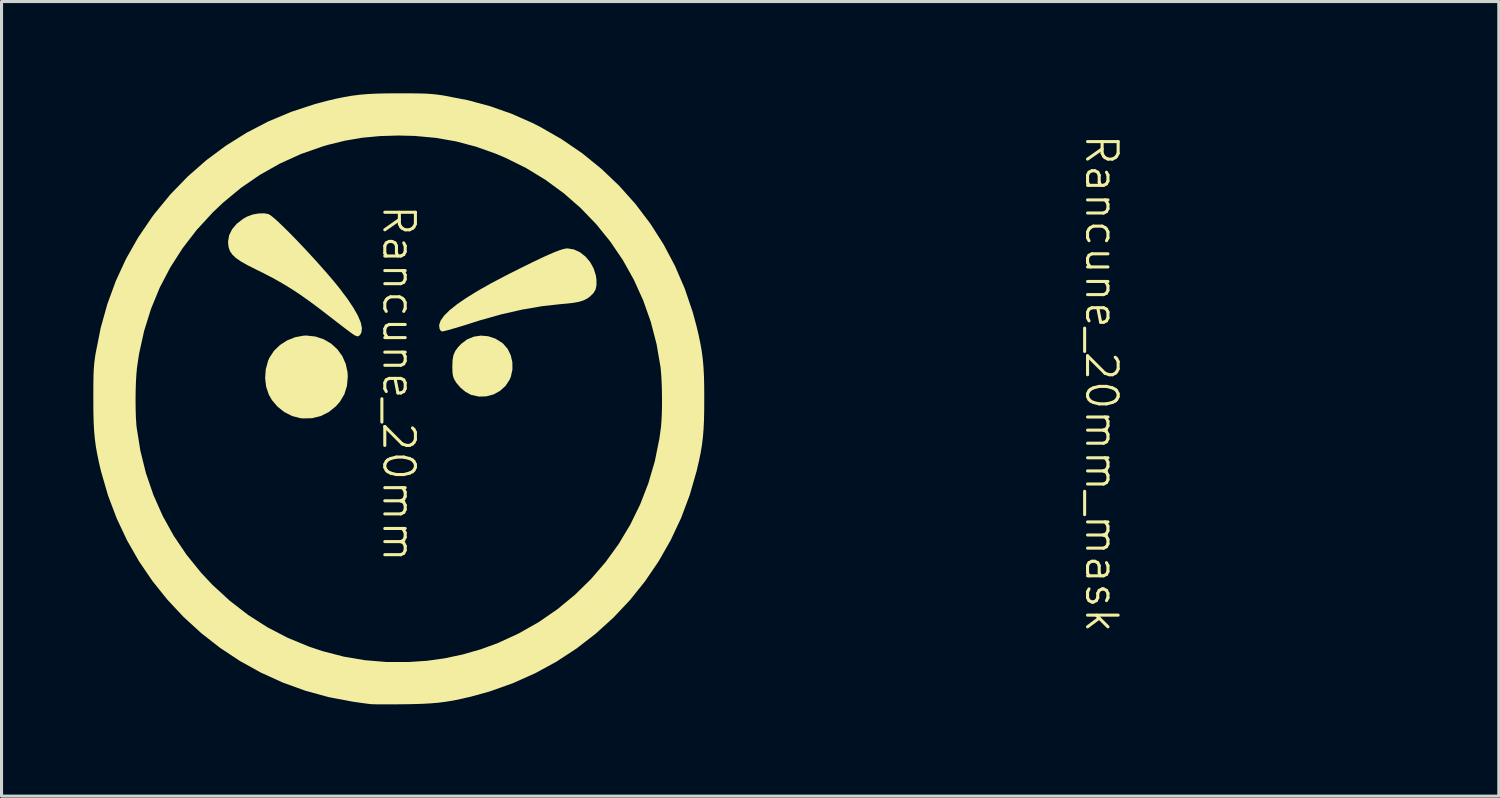
<source format=kicad_pcb>
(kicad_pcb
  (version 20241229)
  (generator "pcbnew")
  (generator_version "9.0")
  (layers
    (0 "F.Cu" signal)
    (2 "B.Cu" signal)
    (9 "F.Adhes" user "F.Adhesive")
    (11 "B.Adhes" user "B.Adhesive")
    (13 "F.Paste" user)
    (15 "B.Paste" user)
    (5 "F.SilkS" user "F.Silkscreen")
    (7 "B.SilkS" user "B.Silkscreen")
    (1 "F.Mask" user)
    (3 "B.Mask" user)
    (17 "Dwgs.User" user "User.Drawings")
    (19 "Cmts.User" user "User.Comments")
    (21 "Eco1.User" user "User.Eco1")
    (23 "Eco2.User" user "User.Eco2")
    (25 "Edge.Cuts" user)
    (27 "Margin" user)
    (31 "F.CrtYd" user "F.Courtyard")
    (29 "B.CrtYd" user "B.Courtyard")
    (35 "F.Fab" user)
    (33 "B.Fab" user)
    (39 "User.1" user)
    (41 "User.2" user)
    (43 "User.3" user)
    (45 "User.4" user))
  (footprint "Rancune_20mm"
    (layer "F.Cu")
    (at 9.983 9.983)
    (property "Reference" "Rancune_20mm" (at 0 -0.5 270) (unlocked yes) (layer "F.SilkS") (effects (font (size 1 1) (thickness 0.1))))
    (attr smd exclude_from_pos_files exclude_from_bom dnp)
    (fp_poly (pts (xy -2.725 -2.035) (xy -2.455 -1.946) (xy -2.215 -1.806) (xy -2.01 -1.62) (xy -1.847 -1.396) (xy -1.733 -1.14) (xy -1.674 -0.858) (xy -1.667 -0.719) (xy -1.695 -0.418) (xy -1.778 -0.151) (xy -1.919 0.089) (xy -2.055 0.245) (xy -2.29 0.434) (xy -2.553 0.565) (xy -2.839 0.635) (xy -3.139 0.641) (xy -3.224 0.632) (xy -3.489 0.562) (xy -3.739 0.435) (xy -3.961 0.259) (xy -4.145 0.044) (xy -4.247 -0.133) (xy -4.335 -0.393) (xy -4.368 -0.674) (xy -4.348 -0.96) (xy -4.274 -1.234) (xy -4.225 -1.346) (xy -4.079 -1.568) (xy -3.883 -1.758) (xy -3.649 -1.908) (xy -3.388 -2.012) (xy -3.114 -2.063) (xy -3.017 -2.067)) (stroke (width 0) (type solid)) (fill yes) (layer "F.SilkS"))
    (fp_poly (pts (xy 2.922 -2.044) (xy 3.155 -1.967) (xy 3.371 -1.834) (xy 3.414 -1.798) (xy 3.559 -1.628) (xy 3.659 -1.422) (xy 3.712 -1.193) (xy 3.714 -0.956) (xy 3.664 -0.726) (xy 3.623 -0.626) (xy 3.487 -0.42) (xy 3.308 -0.258) (xy 3.097 -0.143) (xy 2.864 -0.08) (xy 2.621 -0.072) (xy 2.378 -0.124) (xy 2.348 -0.135) (xy 2.184 -0.225) (xy 2.021 -0.359) (xy 1.883 -0.519) (xy 1.822 -0.617) (xy 1.786 -0.696) (xy 1.764 -0.784) (xy 1.753 -0.899) (xy 1.75 -1.061) (xy 1.75 -1.067) (xy 1.758 -1.27) (xy 1.787 -1.429) (xy 1.845 -1.562) (xy 1.94 -1.69) (xy 2.037 -1.792) (xy 2.23 -1.939) (xy 2.45 -2.03) (xy 2.684 -2.065)) (stroke (width 0) (type solid)) (fill yes) (layer "F.SilkS"))
    (fp_poly (pts (xy 5.723 -4.881) (xy 5.92 -4.79) (xy 6.099 -4.65) (xy 6.251 -4.472) (xy 6.367 -4.264) (xy 6.44 -4.035) (xy 6.46 -3.891) (xy 6.461 -3.71) (xy 6.431 -3.571) (xy 6.363 -3.456) (xy 6.255 -3.348) (xy 6.152 -3.272) (xy 6.033 -3.214) (xy 5.886 -3.169) (xy 5.702 -3.135) (xy 5.467 -3.109) (xy 5.333 -3.098) (xy 4.705 -3.03) (xy 4.042 -2.917) (xy 3.355 -2.761) (xy 2.657 -2.565) (xy 2.457 -2.502) (xy 2.217 -2.425) (xy 1.992 -2.356) (xy 1.79 -2.296) (xy 1.622 -2.248) (xy 1.496 -2.216) (xy 1.422 -2.201) (xy 1.412 -2.2) (xy 1.367 -2.228) (xy 1.332 -2.288) (xy 1.318 -2.414) (xy 1.368 -2.557) (xy 1.481 -2.716) (xy 1.658 -2.892) (xy 1.898 -3.085) (xy 2.202 -3.294) (xy 2.57 -3.522) (xy 3.001 -3.766) (xy 3.497 -4.027) (xy 3.651 -4.106) (xy 4.037 -4.299) (xy 4.369 -4.462) (xy 4.651 -4.597) (xy 4.887 -4.705) (xy 5.082 -4.789) (xy 5.24 -4.85) (xy 5.364 -4.89) (xy 5.46 -4.911) (xy 5.517 -4.915)) (stroke (width 0) (type solid)) (fill yes) (layer "F.SilkS"))
    (fp_poly (pts (xy -4.258 -6.036) (xy -4.19 -5.996) (xy -4.085 -5.912) (xy -3.946 -5.788) (xy -3.781 -5.63) (xy -3.593 -5.445) (xy -3.389 -5.237) (xy -3.174 -5.013) (xy -2.954 -4.778) (xy -2.733 -4.537) (xy -2.518 -4.297) (xy -2.313 -4.063) (xy -2.124 -3.841) (xy -1.957 -3.636) (xy -1.929 -3.6) (xy -1.677 -3.266) (xy -1.479 -2.969) (xy -1.334 -2.712) (xy -1.242 -2.492) (xy -1.205 -2.312) (xy -1.221 -2.17) (xy -1.246 -2.118) (xy -1.297 -2.057) (xy -1.35 -2.039) (xy -1.424 -2.065) (xy -1.514 -2.121) (xy -1.578 -2.168) (xy -1.685 -2.248) (xy -1.825 -2.354) (xy -1.989 -2.48) (xy -2.167 -2.618) (xy -2.247 -2.68) (xy -2.614 -2.962) (xy -2.943 -3.206) (xy -3.246 -3.419) (xy -3.535 -3.608) (xy -3.822 -3.782) (xy -4.116 -3.947) (xy -4.431 -4.11) (xy -4.678 -4.232) (xy -4.948 -4.368) (xy -5.161 -4.489) (xy -5.323 -4.601) (xy -5.439 -4.711) (xy -5.517 -4.825) (xy -5.561 -4.948) (xy -5.578 -5.086) (xy -5.579 -5.138) (xy -5.545 -5.343) (xy -5.449 -5.539) (xy -5.297 -5.72) (xy -5.092 -5.878) (xy -4.96 -5.953) (xy -4.785 -6.019) (xy -4.592 -6.056) (xy -4.404 -6.062)) (stroke (width 0) (type solid)) (fill yes) (layer "F.SilkS"))
    (fp_poly (pts (xy 0.302 -9.983) (xy 0.549 -9.981) (xy 0.751 -9.977) (xy 0.92 -9.971) (xy 1.066 -9.961) (xy 1.2 -9.948) (xy 1.334 -9.931) (xy 1.479 -9.909) (xy 1.487 -9.907) (xy 2.257 -9.758) (xy 2.987 -9.561) (xy 3.686 -9.315) (xy 4.364 -9.016) (xy 4.617 -8.888) (xy 5.328 -8.48) (xy 5.998 -8.021) (xy 6.624 -7.513) (xy 7.204 -6.96) (xy 7.736 -6.364) (xy 8.219 -5.727) (xy 8.649 -5.053) (xy 9.025 -4.344) (xy 9.345 -3.602) (xy 9.607 -2.83) (xy 9.734 -2.359) (xy 9.804 -2.062) (xy 9.859 -1.795) (xy 9.903 -1.543) (xy 9.935 -1.294) (xy 9.958 -1.033) (xy 9.973 -0.747) (xy 9.981 -0.424) (xy 9.983 -0.049) (xy 9.983 0) (xy 9.981 0.382) (xy 9.974 0.711) (xy 9.96 1.001) (xy 9.938 1.264) (xy 9.907 1.514) (xy 9.865 1.765) (xy 9.811 2.029) (xy 9.743 2.321) (xy 9.734 2.359) (xy 9.509 3.142) (xy 9.226 3.897) (xy 8.886 4.62) (xy 8.493 5.309) (xy 8.049 5.962) (xy 7.557 6.576) (xy 7.018 7.148) (xy 6.436 7.676) (xy 5.814 8.157) (xy 5.153 8.59) (xy 4.456 8.97) (xy 3.726 9.296) (xy 2.966 9.566) (xy 2.353 9.735) (xy 2.055 9.804) (xy 1.786 9.86) (xy 1.531 9.902) (xy 1.277 9.934) (xy 1.008 9.956) (xy 0.709 9.971) (xy 0.367 9.98) (xy 0.15 9.983) (xy -0.1 9.985) (xy -0.335 9.986) (xy -0.544 9.986) (xy -0.717 9.985) (xy -0.844 9.982) (xy -0.915 9.979) (xy -0.917 9.979) (xy -1 9.969) (xy -1.131 9.952) (xy -1.295 9.929) (xy -1.474 9.903) (xy -1.504 9.899) (xy -2.292 9.75) (xy -3.059 9.539) (xy -3.799 9.271) (xy -4.512 8.946) (xy -5.195 8.567) (xy -5.844 8.137) (xy -6.456 7.659) (xy -7.03 7.134) (xy -7.562 6.566) (xy -8.05 5.957) (xy -8.491 5.309) (xy -8.882 4.625) (xy -9.22 3.907) (xy -9.503 3.159) (xy -9.728 2.382) (xy -9.734 2.359) (xy -9.804 2.062) (xy -9.859 1.795) (xy -9.903 1.543) (xy -9.935 1.294) (xy -9.958 1.033) (xy -9.973 0.747) (xy -9.981 0.424) (xy -9.983 0.049) (xy -9.983 0.033) (xy -8.603 0.033) (xy -8.6 0.331) (xy -8.592 0.606) (xy -8.577 0.84) (xy -8.568 0.933) (xy -8.446 1.695) (xy -8.263 2.433) (xy -8.019 3.145) (xy -7.716 3.828) (xy -7.353 4.482) (xy -6.933 5.103) (xy -6.455 5.692) (xy -6.085 6.085) (xy -5.521 6.603) (xy -4.923 7.065) (xy -4.292 7.468) (xy -3.628 7.813) (xy -2.932 8.1) (xy -2.487 8.248) (xy -1.801 8.426) (xy -1.109 8.543) (xy -0.402 8.602) (xy 0.325 8.603) (xy 0.917 8.563) (xy 1.492 8.483) (xy 2.085 8.357) (xy 2.673 8.189) (xy 3.234 7.985) (xy 3.239 7.982) (xy 3.927 7.665) (xy 4.578 7.295) (xy 5.188 6.874) (xy 5.757 6.405) (xy 6.281 5.892) (xy 6.758 5.337) (xy 7.187 4.744) (xy 7.564 4.115) (xy 7.888 3.453) (xy 8.156 2.761) (xy 8.367 2.043) (xy 8.517 1.3) (xy 8.568 0.933) (xy 8.585 0.725) (xy 8.597 0.467) (xy 8.602 0.178) (xy 8.601 -0.124) (xy 8.595 -0.423) (xy 8.582 -0.7) (xy 8.564 -0.938) (xy 8.554 -1.033) (xy 8.425 -1.785) (xy 8.236 -2.513) (xy 7.988 -3.215) (xy 7.683 -3.889) (xy 7.325 -4.53) (xy 6.914 -5.136) (xy 6.454 -5.704) (xy 5.946 -6.232) (xy 5.393 -6.716) (xy 4.797 -7.153) (xy 4.161 -7.541) (xy 3.486 -7.876) (xy 3.167 -8.011) (xy 2.52 -8.24) (xy 1.871 -8.412) (xy 1.208 -8.528) (xy 0.52 -8.591) (xy -0.017 -8.604) (xy -0.627 -8.585) (xy -1.2 -8.531) (xy -1.754 -8.436) (xy -2.31 -8.3) (xy -2.492 -8.247) (xy -3.206 -7.996) (xy -3.889 -7.686) (xy -4.54 -7.318) (xy -5.159 -6.893) (xy -5.744 -6.409) (xy -6.085 -6.085) (xy -6.604 -5.52) (xy -7.065 -4.922) (xy -7.468 -4.292) (xy -7.813 -3.632) (xy -8.097 -2.941) (xy -8.322 -2.222) (xy -8.487 -1.475) (xy -8.554 -1.033) (xy -8.574 -0.82) (xy -8.59 -0.56) (xy -8.599 -0.27) (xy -8.603 0.033) (xy -9.983 0.033) (xy -9.983 0) (xy -9.983 -0.302) (xy -9.981 -0.549) (xy -9.977 -0.751) (xy -9.971 -0.92) (xy -9.961 -1.066) (xy -9.948 -1.2) (xy -9.931 -1.334) (xy -9.909 -1.479) (xy -9.907 -1.487) (xy -9.744 -2.309) (xy -9.525 -3.096) (xy -9.248 -3.851) (xy -8.913 -4.575) (xy -8.519 -5.27) (xy -8.064 -5.94) (xy -7.987 -6.043) (xy -7.469 -6.674) (xy -6.905 -7.257) (xy -6.3 -7.789) (xy -5.655 -8.269) (xy -4.973 -8.696) (xy -4.257 -9.067) (xy -3.509 -9.38) (xy -2.733 -9.635) (xy -2.359 -9.734) (xy -2.062 -9.804) (xy -1.795 -9.859) (xy -1.543 -9.903) (xy -1.294 -9.935) (xy -1.033 -9.958) (xy -0.747 -9.973) (xy -0.424 -9.981) (xy -0.049 -9.983) (xy 0 -9.983)) (stroke (width 0) (type solid)) (fill yes) (layer "F.SilkS")))
  (footprint "Rancune_20mm_mask"
    (layer "F.Cu")
    (at 32.95 9.983)
    (property "Reference" "Rancune_20mm_mask" (at 0 -0.5 270) (unlocked yes) (layer "F.SilkS") (effects (font (size 1 1) (thickness 0.1))))
    (attr smd exclude_from_pos_files exclude_from_bom dnp)
    (fp_poly (pts (xy -2.725 -2.035) (xy -2.455 -1.946) (xy -2.215 -1.806) (xy -2.01 -1.62) (xy -1.847 -1.396) (xy -1.733 -1.14) (xy -1.674 -0.858) (xy -1.667 -0.719) (xy -1.695 -0.418) (xy -1.778 -0.151) (xy -1.919 0.089) (xy -2.055 0.245) (xy -2.29 0.434) (xy -2.553 0.565) (xy -2.839 0.635) (xy -3.139 0.641) (xy -3.224 0.632) (xy -3.489 0.562) (xy -3.739 0.435) (xy -3.961 0.259) (xy -4.145 0.044) (xy -4.247 -0.133) (xy -4.335 -0.393) (xy -4.368 -0.674) (xy -4.348 -0.96) (xy -4.274 -1.234) (xy -4.225 -1.346) (xy -4.079 -1.568) (xy -3.883 -1.758) (xy -3.649 -1.908) (xy -3.388 -2.012) (xy -3.114 -2.063) (xy -3.017 -2.067)) (stroke (width 0) (type solid)) (fill yes) (layer "F.Mask"))
    (fp_poly (pts (xy 2.922 -2.044) (xy 3.155 -1.967) (xy 3.371 -1.834) (xy 3.414 -1.798) (xy 3.559 -1.628) (xy 3.659 -1.422) (xy 3.712 -1.193) (xy 3.714 -0.956) (xy 3.664 -0.726) (xy 3.623 -0.626) (xy 3.487 -0.42) (xy 3.308 -0.258) (xy 3.097 -0.143) (xy 2.864 -0.08) (xy 2.621 -0.072) (xy 2.378 -0.124) (xy 2.348 -0.135) (xy 2.184 -0.225) (xy 2.021 -0.359) (xy 1.883 -0.519) (xy 1.822 -0.617) (xy 1.786 -0.696) (xy 1.764 -0.784) (xy 1.753 -0.899) (xy 1.75 -1.061) (xy 1.75 -1.067) (xy 1.758 -1.27) (xy 1.787 -1.429) (xy 1.845 -1.562) (xy 1.94 -1.69) (xy 2.037 -1.792) (xy 2.23 -1.939) (xy 2.45 -2.03) (xy 2.684 -2.065)) (stroke (width 0) (type solid)) (fill yes) (layer "F.Mask"))
    (fp_poly (pts (xy 5.723 -4.881) (xy 5.92 -4.79) (xy 6.099 -4.65) (xy 6.251 -4.472) (xy 6.367 -4.264) (xy 6.44 -4.035) (xy 6.46 -3.891) (xy 6.461 -3.71) (xy 6.431 -3.571) (xy 6.363 -3.456) (xy 6.255 -3.348) (xy 6.152 -3.272) (xy 6.033 -3.214) (xy 5.886 -3.169) (xy 5.702 -3.135) (xy 5.467 -3.109) (xy 5.333 -3.098) (xy 4.705 -3.03) (xy 4.042 -2.917) (xy 3.355 -2.761) (xy 2.657 -2.565) (xy 2.457 -2.502) (xy 2.217 -2.425) (xy 1.992 -2.356) (xy 1.79 -2.296) (xy 1.622 -2.248) (xy 1.496 -2.216) (xy 1.422 -2.201) (xy 1.412 -2.2) (xy 1.367 -2.228) (xy 1.332 -2.288) (xy 1.318 -2.414) (xy 1.368 -2.557) (xy 1.481 -2.716) (xy 1.658 -2.892) (xy 1.898 -3.085) (xy 2.202 -3.294) (xy 2.57 -3.522) (xy 3.001 -3.766) (xy 3.497 -4.027) (xy 3.651 -4.106) (xy 4.037 -4.299) (xy 4.369 -4.462) (xy 4.651 -4.597) (xy 4.887 -4.705) (xy 5.082 -4.789) (xy 5.24 -4.85) (xy 5.364 -4.89) (xy 5.46 -4.911) (xy 5.517 -4.915)) (stroke (width 0) (type solid)) (fill yes) (layer "F.Mask"))
    (fp_poly (pts (xy -4.258 -6.036) (xy -4.19 -5.996) (xy -4.085 -5.912) (xy -3.946 -5.788) (xy -3.781 -5.63) (xy -3.593 -5.445) (xy -3.389 -5.237) (xy -3.174 -5.013) (xy -2.954 -4.778) (xy -2.733 -4.537) (xy -2.518 -4.297) (xy -2.313 -4.063) (xy -2.124 -3.841) (xy -1.957 -3.636) (xy -1.929 -3.6) (xy -1.677 -3.266) (xy -1.479 -2.969) (xy -1.334 -2.712) (xy -1.242 -2.492) (xy -1.205 -2.312) (xy -1.221 -2.17) (xy -1.246 -2.118) (xy -1.297 -2.057) (xy -1.35 -2.039) (xy -1.424 -2.065) (xy -1.514 -2.121) (xy -1.578 -2.168) (xy -1.685 -2.248) (xy -1.825 -2.354) (xy -1.989 -2.48) (xy -2.167 -2.618) (xy -2.247 -2.68) (xy -2.614 -2.962) (xy -2.943 -3.206) (xy -3.246 -3.419) (xy -3.535 -3.608) (xy -3.822 -3.782) (xy -4.116 -3.947) (xy -4.431 -4.11) (xy -4.678 -4.232) (xy -4.948 -4.368) (xy -5.161 -4.489) (xy -5.323 -4.601) (xy -5.439 -4.711) (xy -5.517 -4.825) (xy -5.561 -4.948) (xy -5.578 -5.086) (xy -5.579 -5.138) (xy -5.545 -5.343) (xy -5.449 -5.539) (xy -5.297 -5.72) (xy -5.092 -5.878) (xy -4.96 -5.953) (xy -4.785 -6.019) (xy -4.592 -6.056) (xy -4.404 -6.062)) (stroke (width 0) (type solid)) (fill yes) (layer "F.Mask"))
    (fp_poly (pts (xy 0.302 -9.983) (xy 0.549 -9.981) (xy 0.751 -9.977) (xy 0.92 -9.971) (xy 1.066 -9.961) (xy 1.2 -9.948) (xy 1.334 -9.931) (xy 1.479 -9.909) (xy 1.487 -9.907) (xy 2.257 -9.758) (xy 2.987 -9.561) (xy 3.686 -9.315) (xy 4.364 -9.016) (xy 4.617 -8.888) (xy 5.328 -8.48) (xy 5.998 -8.021) (xy 6.624 -7.513) (xy 7.204 -6.96) (xy 7.736 -6.364) (xy 8.219 -5.727) (xy 8.649 -5.053) (xy 9.025 -4.344) (xy 9.345 -3.602) (xy 9.607 -2.83) (xy 9.734 -2.359) (xy 9.804 -2.062) (xy 9.859 -1.795) (xy 9.903 -1.543) (xy 9.935 -1.294) (xy 9.958 -1.033) (xy 9.973 -0.747) (xy 9.981 -0.424) (xy 9.983 -0.049) (xy 9.983 0) (xy 9.981 0.382) (xy 9.974 0.711) (xy 9.96 1.001) (xy 9.938 1.264) (xy 9.907 1.514) (xy 9.865 1.765) (xy 9.811 2.029) (xy 9.743 2.321) (xy 9.734 2.359) (xy 9.509 3.142) (xy 9.226 3.897) (xy 8.886 4.62) (xy 8.493 5.309) (xy 8.049 5.962) (xy 7.557 6.576) (xy 7.018 7.148) (xy 6.436 7.676) (xy 5.814 8.157) (xy 5.153 8.59) (xy 4.456 8.97) (xy 3.726 9.296) (xy 2.966 9.566) (xy 2.353 9.735) (xy 2.055 9.804) (xy 1.786 9.86) (xy 1.531 9.902) (xy 1.277 9.934) (xy 1.008 9.956) (xy 0.709 9.971) (xy 0.367 9.98) (xy 0.15 9.983) (xy -0.1 9.985) (xy -0.335 9.986) (xy -0.544 9.986) (xy -0.717 9.985) (xy -0.844 9.982) (xy -0.915 9.979) (xy -0.917 9.979) (xy -1 9.969) (xy -1.131 9.952) (xy -1.295 9.929) (xy -1.474 9.903) (xy -1.504 9.899) (xy -2.292 9.75) (xy -3.059 9.539) (xy -3.799 9.271) (xy -4.512 8.946) (xy -5.195 8.567) (xy -5.844 8.137) (xy -6.456 7.659) (xy -7.03 7.134) (xy -7.562 6.566) (xy -8.05 5.957) (xy -8.491 5.309) (xy -8.882 4.625) (xy -9.22 3.907) (xy -9.503 3.159) (xy -9.728 2.382) (xy -9.734 2.359) (xy -9.804 2.062) (xy -9.859 1.795) (xy -9.903 1.543) (xy -9.935 1.294) (xy -9.958 1.033) (xy -9.973 0.747) (xy -9.981 0.424) (xy -9.983 0.049) (xy -9.983 0.033) (xy -8.603 0.033) (xy -8.6 0.331) (xy -8.592 0.606) (xy -8.577 0.84) (xy -8.568 0.933) (xy -8.446 1.695) (xy -8.263 2.433) (xy -8.019 3.145) (xy -7.716 3.828) (xy -7.353 4.482) (xy -6.933 5.103) (xy -6.455 5.692) (xy -6.085 6.085) (xy -5.521 6.603) (xy -4.923 7.065) (xy -4.292 7.468) (xy -3.628 7.813) (xy -2.932 8.1) (xy -2.487 8.248) (xy -1.801 8.426) (xy -1.109 8.543) (xy -0.402 8.602) (xy 0.325 8.603) (xy 0.917 8.563) (xy 1.492 8.483) (xy 2.085 8.357) (xy 2.673 8.189) (xy 3.234 7.985) (xy 3.239 7.982) (xy 3.927 7.665) (xy 4.578 7.295) (xy 5.188 6.874) (xy 5.757 6.405) (xy 6.281 5.892) (xy 6.758 5.337) (xy 7.187 4.744) (xy 7.564 4.115) (xy 7.888 3.453) (xy 8.156 2.761) (xy 8.367 2.043) (xy 8.517 1.3) (xy 8.568 0.933) (xy 8.585 0.725) (xy 8.597 0.467) (xy 8.602 0.178) (xy 8.601 -0.124) (xy 8.595 -0.423) (xy 8.582 -0.7) (xy 8.564 -0.938) (xy 8.554 -1.033) (xy 8.425 -1.785) (xy 8.236 -2.513) (xy 7.988 -3.215) (xy 7.683 -3.889) (xy 7.325 -4.53) (xy 6.914 -5.136) (xy 6.454 -5.704) (xy 5.946 -6.232) (xy 5.393 -6.716) (xy 4.797 -7.153) (xy 4.161 -7.541) (xy 3.486 -7.876) (xy 3.167 -8.011) (xy 2.52 -8.24) (xy 1.871 -8.412) (xy 1.208 -8.528) (xy 0.52 -8.591) (xy -0.017 -8.604) (xy -0.627 -8.585) (xy -1.2 -8.531) (xy -1.754 -8.436) (xy -2.31 -8.3) (xy -2.492 -8.247) (xy -3.206 -7.996) (xy -3.889 -7.686) (xy -4.54 -7.318) (xy -5.159 -6.893) (xy -5.744 -6.409) (xy -6.085 -6.085) (xy -6.604 -5.52) (xy -7.065 -4.922) (xy -7.468 -4.292) (xy -7.813 -3.632) (xy -8.097 -2.941) (xy -8.322 -2.222) (xy -8.487 -1.475) (xy -8.554 -1.033) (xy -8.574 -0.82) (xy -8.59 -0.56) (xy -8.599 -0.27) (xy -8.603 0.033) (xy -9.983 0.033) (xy -9.983 0) (xy -9.983 -0.302) (xy -9.981 -0.549) (xy -9.977 -0.751) (xy -9.971 -0.92) (xy -9.961 -1.066) (xy -9.948 -1.2) (xy -9.931 -1.334) (xy -9.909 -1.479) (xy -9.907 -1.487) (xy -9.744 -2.309) (xy -9.525 -3.096) (xy -9.248 -3.851) (xy -8.913 -4.575) (xy -8.519 -5.27) (xy -8.064 -5.94) (xy -7.987 -6.043) (xy -7.469 -6.674) (xy -6.905 -7.257) (xy -6.3 -7.789) (xy -5.655 -8.269) (xy -4.973 -8.696) (xy -4.257 -9.067) (xy -3.509 -9.38) (xy -2.733 -9.635) (xy -2.359 -9.734) (xy -2.062 -9.804) (xy -1.795 -9.859) (xy -1.543 -9.903) (xy -1.294 -9.935) (xy -1.033 -9.958) (xy -0.747 -9.973) (xy -0.424 -9.981) (xy -0.049 -9.983) (xy 0 -9.983)) (stroke (width 0) (type solid)) (fill yes) (layer "F.Mask")))
  (gr_rect
    (start -3 -3)
    (end 45.933 22.969)
    (stroke (width 0.1) (type default))
    (fill no)
    (layer "Edge.Cuts")))
</source>
